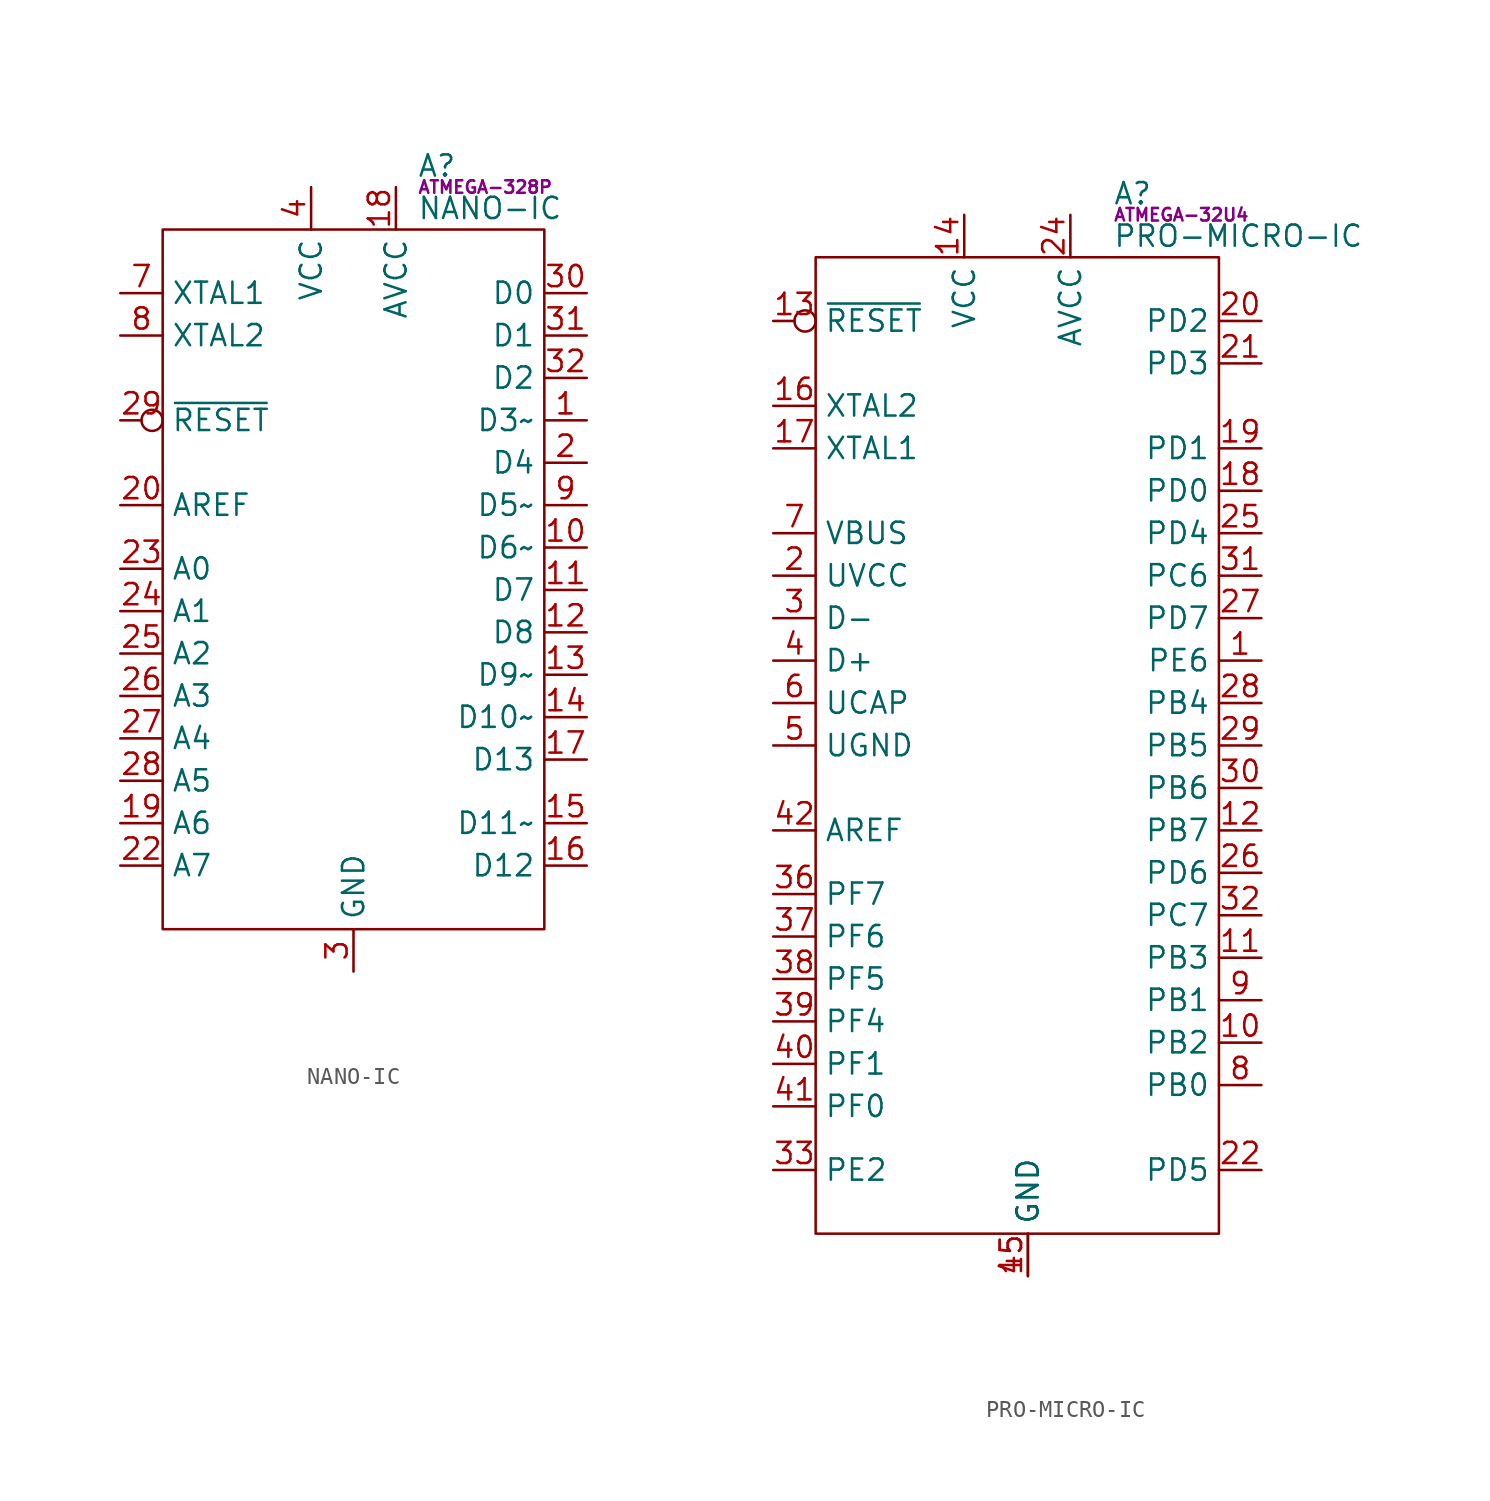
<source format=kicad_sym>
(kicad_symbol_lib
  (version 20211014)
  (generator kicad_symbol_editor)
  (symbol "NANO-IC"
    (property "Reference" "A"
      (at 15.24 3.81 0)
      (effects (font (size 1.27 1.27)) (justify left)))
    (property "Value" "NANO-IC"
      (at 15.24 1.27 0)
      (effects (font (size 1.27 1.27)) (justify left)))
    (property "IC" "ATMEGA-328P"
      (at 15.24 2.54 0)
      (effects (font (size 0.75 0.75)) (justify left)))
    (symbol "NANO-IC_0_0"
      (pin bidirectional line (at 25.4 -11.43 180) (length 2.54) (name "D3~" (effects (font (size 1.27 1.27)))) (number "1" (effects (font (size 1.27 1.27)))) (alternate "INT1" input line) (alternate "OC2B" bidirectional line) (alternate "PCINT19" input line) (alternate "PD3" bidirectional line))
      (pin bidirectional line (at 25.4 -19.05 180) (length 2.54) (name "D6~" (effects (font (size 1.27 1.27)))) (number "10" (effects (font (size 1.27 1.27)))) (alternate "AIN0" input line) (alternate "OC0A" input line) (alternate "PCINT22" input line) (alternate "PD6" bidirectional line))
      (pin bidirectional line (at 25.4 -21.59 180) (length 2.54) (name "D7" (effects (font (size 1.27 1.27)))) (number "11" (effects (font (size 1.27 1.27)))) (alternate "AIN1" input line) (alternate "PCINT23" input line) (alternate "PD7" bidirectional line))
      (pin bidirectional line (at 25.4 -24.13 180) (length 2.54) (name "D8" (effects (font (size 1.27 1.27)))) (number "12" (effects (font (size 1.27 1.27)))) (alternate "CLKO" bidirectional line) (alternate "ICP1" input line) (alternate "PB0" output line) (alternate "PCINT0" input line))
      (pin bidirectional line (at 25.4 -26.67 180) (length 2.54) (name "D9~" (effects (font (size 1.27 1.27)))) (number "13" (effects (font (size 1.27 1.27)))) (alternate "OC1A" input line) (alternate "PB1" bidirectional line) (alternate "PCINT1" input line))
      (pin bidirectional line (at 25.4 -29.21 180) (length 2.54) (name "D10~" (effects (font (size 1.27 1.27)))) (number "14" (effects (font (size 1.27 1.27)))) (alternate "OC1B" input line) (alternate "PB2" bidirectional line) (alternate "PCINT2" input line) (alternate "~{SS}" output line))
      (pin bidirectional line (at 25.4 -35.56 180) (length 2.54) (name "D11~" (effects (font (size 1.27 1.27)))) (number "15" (effects (font (size 1.27 1.27)))) (alternate "OC2A" input line) (alternate "PB3" bidirectional line) (alternate "PCINT3" input line) (alternate "SPI-COPI" output line))
      (pin bidirectional line (at 25.4 -38.1 180) (length 2.54) (name "D12" (effects (font (size 1.27 1.27)))) (number "16" (effects (font (size 1.27 1.27)))) (alternate "PB4" bidirectional line) (alternate "PCINT4" input line) (alternate "SPI-CIPO" input line))
      (pin bidirectional line (at 25.4 -31.75 180) (length 2.54) (name "D13" (effects (font (size 1.27 1.27)))) (number "17" (effects (font (size 1.27 1.27)))) (alternate "PB5" bidirectional line) (alternate "PCINT5" input line) (alternate "SPI-SCLK" output line))
      (pin power_in line (at 13.97 2.54 270) (length 2.54) (name "AVCC" (effects (font (size 1.27 1.27)))) (number "18" (effects (font (size 1.27 1.27)))))
      (pin input line (at -2.54 -35.56 0) (length 2.54) (name "A6" (effects (font (size 1.27 1.27)))) (number "19" (effects (font (size 1.27 1.27)))) (alternate "ADC6" input line))
      (pin bidirectional line (at 25.4 -13.97 180) (length 2.54) (name "D4" (effects (font (size 1.27 1.27)))) (number "2" (effects (font (size 1.27 1.27)))) (alternate "PCINT20" input line) (alternate "PD4" bidirectional line) (alternate "T0" bidirectional line) (alternate "XCK" input line))
      (pin input line (at -2.54 -16.51 0) (length 2.54) (name "AREF" (effects (font (size 1.27 1.27)))) (number "20" (effects (font (size 1.27 1.27)))))
      (pin power_in line (at 11.43 -44.45 90) (length 2.54) hide (name "GND" (effects (font (size 1.27 1.27)))) (number "21" (effects (font (size 1.27 1.27)))))
      (pin input line (at -2.54 -38.1 0) (length 2.54) (name "A7" (effects (font (size 1.27 1.27)))) (number "22" (effects (font (size 1.27 1.27)))) (alternate "ADC7" input line))
      (pin input line (at -2.54 -20.32 0) (length 2.54) (name "A0" (effects (font (size 1.27 1.27)))) (number "23" (effects (font (size 1.27 1.27)))) (alternate "D14" bidirectional line) (alternate "PC0" bidirectional line) (alternate "PCINT9" input line))
      (pin input line (at -2.54 -22.86 0) (length 2.54) (name "A1" (effects (font (size 1.27 1.27)))) (number "24" (effects (font (size 1.27 1.27)))) (alternate "D15" bidirectional line) (alternate "PC1" bidirectional line) (alternate "PCINT9" input line))
      (pin input line (at -2.54 -25.4 0) (length 2.54) (name "A2" (effects (font (size 1.27 1.27)))) (number "25" (effects (font (size 1.27 1.27)))) (alternate "D16" bidirectional line) (alternate "PC2" bidirectional line) (alternate "PCINT10" input line))
      (pin input line (at -2.54 -27.94 0) (length 2.54) (name "A3" (effects (font (size 1.27 1.27)))) (number "26" (effects (font (size 1.27 1.27)))) (alternate "D17" bidirectional line) (alternate "PC3" bidirectional line) (alternate "PCINT11" input line))
      (pin input line (at -2.54 -30.48 0) (length 2.54) (name "A4" (effects (font (size 1.27 1.27)))) (number "27" (effects (font (size 1.27 1.27)))) (alternate "D18" bidirectional line) (alternate "I2C-SDA" bidirectional line) (alternate "PC4" bidirectional line) (alternate "PCINT12" input line))
      (pin input line (at -2.54 -33.02 0) (length 2.54) (name "A5" (effects (font (size 1.27 1.27)))) (number "28" (effects (font (size 1.27 1.27)))) (alternate "D19" bidirectional line) (alternate "I2C-SCLK" input line) (alternate "PC5" bidirectional line) (alternate "PCINT13" input line))
      (pin input inverted (at -2.54 -11.43 0) (length 2.54) (name "~{RESET}" (effects (font (size 1.27 1.27)))) (number "29" (effects (font (size 1.27 1.27)))) (alternate "PC6" bidirectional line) (alternate "PCINT14" input line))
      (pin power_in line (at 11.43 -44.45 90) (length 2.54) (name "GND" (effects (font (size 1.27 1.27)))) (number "3" (effects (font (size 1.27 1.27)))))
      (pin bidirectional line (at 25.4 -3.81 180) (length 2.54) (name "D0" (effects (font (size 1.27 1.27)))) (number "30" (effects (font (size 1.27 1.27)))) (alternate "PCINT16" input line) (alternate "PD0" bidirectional line) (alternate "RXD" input line))
      (pin bidirectional line (at 25.4 -6.35 180) (length 2.54) (name "D1" (effects (font (size 1.27 1.27)))) (number "31" (effects (font (size 1.27 1.27)))) (alternate "PCINT17" input line) (alternate "PD1" bidirectional line) (alternate "TXD" output line))
      (pin bidirectional line (at 25.4 -8.89 180) (length 2.54) (name "D2" (effects (font (size 1.27 1.27)))) (number "32" (effects (font (size 1.27 1.27)))) (alternate "INT0" input line) (alternate "PCINT18" input line) (alternate "PD2" bidirectional line))
      (pin power_in line (at 8.89 2.54 270) (length 2.54) (name "VCC" (effects (font (size 1.27 1.27)))) (number "4" (effects (font (size 1.27 1.27)))))
      (pin power_in line (at 11.43 -44.45 90) (length 2.54) hide (name "GND" (effects (font (size 1.27 1.27)))) (number "5" (effects (font (size 1.27 1.27)))))
      (pin power_in line (at 8.89 2.54 270) (length 2.54) hide (name "VCC" (effects (font (size 1.27 1.27)))) (number "6" (effects (font (size 1.27 1.27)))))
      (pin input line (at -2.54 -3.81 0) (length 2.54) (name "XTAL1" (effects (font (size 1.27 1.27)))) (number "7" (effects (font (size 1.27 1.27)))))
      (pin input line (at -2.54 -6.35 0) (length 2.54) (name "XTAL2" (effects (font (size 1.27 1.27)))) (number "8" (effects (font (size 1.27 1.27)))))
      (pin bidirectional line (at 25.4 -16.51 180) (length 2.54) (name "D5~" (effects (font (size 1.27 1.27)))) (number "9" (effects (font (size 1.27 1.27)))) (alternate "OC0B" input line) (alternate "PCINT21" input line) (alternate "PD5" bidirectional line) (alternate "T1" bidirectional line)))
    (symbol "NANO-IC_0_1"
      (rectangle (start 0 0) (end 22.86 -41.91) (stroke (width 0) (type default) (color 0 0 0 0)) (fill (type none)))))
  (symbol "PRO-MICRO-IC"
    (property "Reference" "A"
      (at 17.78 3.81 0)
      (effects (font (size 1.27 1.27)) (justify left)))
    (property "Value" "PRO-MICRO-IC"
      (at 17.78 1.27 0)
      (effects (font (size 1.27 1.27)) (justify left)))
    (property "IC" "ATMEGA-32U4"
      (at 17.78 2.54 0)
      (effects (font (size 0.75 0.75)) (justify left)))
    (symbol "PRO-MICRO-IC_0_0"
      (pin bidirectional line (at 26.67 -24.13 180) (length 2.54) (name "PE6" (effects (font (size 1.27 1.27)))) (number "1" (effects (font (size 1.27 1.27)))) (alternate "AIN0" input line) (alternate "D7" bidirectional line) (alternate "INT6" input line))
      (pin bidirectional line (at 26.67 -46.99 180) (length 2.54) (name "PB2" (effects (font (size 1.27 1.27)))) (number "10" (effects (font (size 1.27 1.27)))) (alternate "D16" bidirectional line) (alternate "PCINT2" input line) (alternate "PDI" input line) (alternate "SPI-COPI" output line))
      (pin bidirectional line (at 26.67 -41.91 180) (length 2.54) (name "PB3" (effects (font (size 1.27 1.27)))) (number "11" (effects (font (size 1.27 1.27)))) (alternate "D14" bidirectional line) (alternate "PCINT3" bidirectional line) (alternate "PDO" output line) (alternate "SPI-CIPO" input line))
      (pin bidirectional line (at 26.67 -34.29 180) (length 2.54) (name "PB7" (effects (font (size 1.27 1.27)))) (number "12" (effects (font (size 1.27 1.27)))) (alternate "D11~" bidirectional line) (alternate "OC0A" input line) (alternate "PCINT7" input line) (alternate "~{RTS}" bidirectional line))
      (pin input inverted (at -2.54 -3.81 0) (length 2.54) (name "~{RESET}" (effects (font (size 1.27 1.27)))) (number "13" (effects (font (size 1.27 1.27)))))
      (pin power_in line (at 8.89 2.54 270) (length 2.54) (name "VCC" (effects (font (size 1.27 1.27)))) (number "14" (effects (font (size 1.27 1.27)))))
      (pin power_in line (at 12.7 -60.96 90) (length 2.54) (name "GND" (effects (font (size 1.27 1.27)))) (number "15" (effects (font (size 1.27 1.27)))))
      (pin input line (at -2.54 -8.89 0) (length 2.54) (name "XTAL2" (effects (font (size 1.27 1.27)))) (number "16" (effects (font (size 1.27 1.27)))))
      (pin input line (at -2.54 -11.43 0) (length 2.54) (name "XTAL1" (effects (font (size 1.27 1.27)))) (number "17" (effects (font (size 1.27 1.27)))))
      (pin bidirectional line (at 26.67 -13.97 180) (length 2.54) (name "PD0" (effects (font (size 1.27 1.27)))) (number "18" (effects (font (size 1.27 1.27)))) (alternate "D3~" bidirectional line) (alternate "I2C-SCLK" bidirectional line) (alternate "INT0" input line) (alternate "OC0B" input line))
      (pin bidirectional line (at 26.67 -11.43 180) (length 2.54) (name "PD1" (effects (font (size 1.27 1.27)))) (number "19" (effects (font (size 1.27 1.27)))) (alternate "D2" bidirectional line) (alternate "I2C-SDA" bidirectional line) (alternate "INT1" input line))
      (pin power_in line (at -2.54 -19.05 0) (length 2.54) (name "UVCC" (effects (font (size 1.27 1.27)))) (number "2" (effects (font (size 1.27 1.27)))))
      (pin bidirectional line (at 26.67 -3.81 180) (length 2.54) (name "PD2" (effects (font (size 1.27 1.27)))) (number "20" (effects (font (size 1.27 1.27)))) (alternate "D0" bidirectional line) (alternate "INT2" input line) (alternate "RXD" input line))
      (pin bidirectional line (at 26.67 -6.35 180) (length 2.54) (name "PD3" (effects (font (size 1.27 1.27)))) (number "21" (effects (font (size 1.27 1.27)))) (alternate "D1" bidirectional line) (alternate "INT3" input line) (alternate "TXD" output line))
      (pin bidirectional line (at 26.67 -54.61 180) (length 2.54) (name "PD5" (effects (font (size 1.27 1.27)))) (number "22" (effects (font (size 1.27 1.27)))) (alternate "D30" bidirectional line) (alternate "XCK1" input line) (alternate "~{CTS}" bidirectional line))
      (pin power_in line (at 12.7 -60.96 90) (length 2.54) hide (name "GND" (effects (font (size 1.27 1.27)))) (number "23" (effects (font (size 1.27 1.27)))))
      (pin power_in line (at 15.24 2.54 270) (length 2.54) (name "AVCC" (effects (font (size 1.27 1.27)))) (number "24" (effects (font (size 1.27 1.27)))))
      (pin bidirectional line (at 26.67 -16.51 180) (length 2.54) (name "PD4" (effects (font (size 1.27 1.27)))) (number "25" (effects (font (size 1.27 1.27)))) (alternate "A6" input line) (alternate "D4" bidirectional line) (alternate "ICP1" input line))
      (pin bidirectional line (at 26.67 -36.83 180) (length 2.54) (name "PD6" (effects (font (size 1.27 1.27)))) (number "26" (effects (font (size 1.27 1.27)))) (alternate "?A10?" input line) (alternate "D12" bidirectional line) (alternate "T1" input line) (alternate "~{OC4D}" input line))
      (pin bidirectional line (at 26.67 -21.59 180) (length 2.54) (name "PD7" (effects (font (size 1.27 1.27)))) (number "27" (effects (font (size 1.27 1.27)))) (alternate "A7" input line) (alternate "D6~" bidirectional line) (alternate "OC4D" input line) (alternate "T0" input line))
      (pin bidirectional line (at 26.67 -26.67 180) (length 2.54) (name "PB4" (effects (font (size 1.27 1.27)))) (number "28" (effects (font (size 1.27 1.27)))) (alternate "A8" input line) (alternate "D8" bidirectional line) (alternate "PCINT4" input line))
      (pin bidirectional line (at 26.67 -29.21 180) (length 2.54) (name "PB5" (effects (font (size 1.27 1.27)))) (number "29" (effects (font (size 1.27 1.27)))) (alternate "A9" input line) (alternate "D9~" bidirectional line) (alternate "OC1A" input line) (alternate "PCINT5" input line) (alternate "~{OC4B}" input line))
      (pin bidirectional line (at -2.54 -21.59 0) (length 2.54) (name "D-" (effects (font (size 1.27 1.27)))) (number "3" (effects (font (size 1.27 1.27)))))
      (pin bidirectional line (at 26.67 -31.75 180) (length 2.54) (name "PB6" (effects (font (size 1.27 1.27)))) (number "30" (effects (font (size 1.27 1.27)))) (alternate "A10" input line) (alternate "D10~" bidirectional line) (alternate "OC1B" input line) (alternate "OC4B" input line) (alternate "PCINT6" input line))
      (pin bidirectional line (at 26.67 -19.05 180) (length 2.54) (name "PC6" (effects (font (size 1.27 1.27)))) (number "31" (effects (font (size 1.27 1.27)))) (alternate "D5~" bidirectional line) (alternate "OC3A" input line) (alternate "~{OC4A}" input line))
      (pin bidirectional line (at 26.67 -39.37 180) (length 2.54) (name "PC7" (effects (font (size 1.27 1.27)))) (number "32" (effects (font (size 1.27 1.27)))) (alternate "CLK0" input line) (alternate "D13~" bidirectional line) (alternate "ICP3" input line) (alternate "OC4A" input line))
      (pin power_in line (at 8.89 2.54 270) (length 2.54) hide (name "VCC" (effects (font (size 1.27 1.27)))) (number "34" (effects (font (size 1.27 1.27)))))
      (pin power_in line (at 12.7 -60.96 90) (length 2.54) hide (name "GND" (effects (font (size 1.27 1.27)))) (number "35" (effects (font (size 1.27 1.27)))))
      (pin bidirectional line (at -2.54 -38.1 0) (length 2.54) (name "PF7" (effects (font (size 1.27 1.27)))) (number "36" (effects (font (size 1.27 1.27)))) (alternate "A0" input line) (alternate "TDI" input line))
      (pin bidirectional line (at -2.54 -40.64 0) (length 2.54) (name "PF6" (effects (font (size 1.27 1.27)))) (number "37" (effects (font (size 1.27 1.27)))) (alternate "A1" input line) (alternate "TDO" output line))
      (pin bidirectional line (at -2.54 -43.18 0) (length 2.54) (name "PF5" (effects (font (size 1.27 1.27)))) (number "38" (effects (font (size 1.27 1.27)))) (alternate "A2" input line) (alternate "TMS" bidirectional line))
      (pin bidirectional line (at -2.54 -45.72 0) (length 2.54) (name "PF4" (effects (font (size 1.27 1.27)))) (number "39" (effects (font (size 1.27 1.27)))) (alternate "A3" input line) (alternate "TCK" bidirectional line))
      (pin bidirectional line (at -2.54 -24.13 0) (length 2.54) (name "D+" (effects (font (size 1.27 1.27)))) (number "4" (effects (font (size 1.27 1.27)))))
      (pin bidirectional line (at -2.54 -48.26 0) (length 2.54) (name "PF1" (effects (font (size 1.27 1.27)))) (number "40" (effects (font (size 1.27 1.27)))) (alternate "A4" input line))
      (pin bidirectional line (at -2.54 -50.8 0) (length 2.54) (name "PF0" (effects (font (size 1.27 1.27)))) (number "41" (effects (font (size 1.27 1.27)))) (alternate "A5" input line))
      (pin input line (at -2.54 -34.29 0) (length 2.54) (name "AREF" (effects (font (size 1.27 1.27)))) (number "42" (effects (font (size 1.27 1.27)))))
      (pin power_in line (at 12.7 -60.96 90) (length 2.54) hide (name "GND" (effects (font (size 1.27 1.27)))) (number "43" (effects (font (size 1.27 1.27)))))
      (pin power_in line (at 15.24 2.54 270) (length 2.54) hide (name "AVCC" (effects (font (size 1.27 1.27)))) (number "44" (effects (font (size 1.27 1.27)))))
      (pin power_in line (at 12.7 -60.96 90) (length 2.54) (name "GND" (effects (font (size 1.27 1.27)))) (number "45" (effects (font (size 1.27 1.27)))))
      (pin power_in line (at -2.54 -29.21 0) (length 2.54) (name "UGND" (effects (font (size 1.27 1.27)))) (number "5" (effects (font (size 1.27 1.27)))))
      (pin power_out line (at -2.54 -26.67 0) (length 2.54) (name "UCAP" (effects (font (size 1.27 1.27)))) (number "6" (effects (font (size 1.27 1.27)))))
      (pin input line (at -2.54 -16.51 0) (length 2.54) (name "VBUS" (effects (font (size 1.27 1.27)))) (number "7" (effects (font (size 1.27 1.27)))))
      (pin bidirectional line (at 26.67 -49.53 180) (length 2.54) (name "PB0" (effects (font (size 1.27 1.27)))) (number "8" (effects (font (size 1.27 1.27)))) (alternate "D17" bidirectional line) (alternate "PCINT0" input line) (alternate "SPI-SS" output line))
      (pin bidirectional line (at 26.67 -44.45 180) (length 2.54) (name "PB1" (effects (font (size 1.27 1.27)))) (number "9" (effects (font (size 1.27 1.27)))) (alternate "D15" bidirectional line) (alternate "PCINT1" input line) (alternate "SPI-SCLK" output line)))
    (symbol "PRO-MICRO-IC_0_1"
      (rectangle (start 0 0) (end 24.13 -58.42) (stroke (width 0) (type default) (color 0 0 0 0)) (fill (type none)))
      (pin unspecified line (at -2.54 -54.61 0) (length 2.54) (name "PE2" (effects (font (size 1.27 1.27)))) (number "33" (effects (font (size 1.27 1.27)))) (alternate "~{HWB}" unspecified line)))))
</source>
